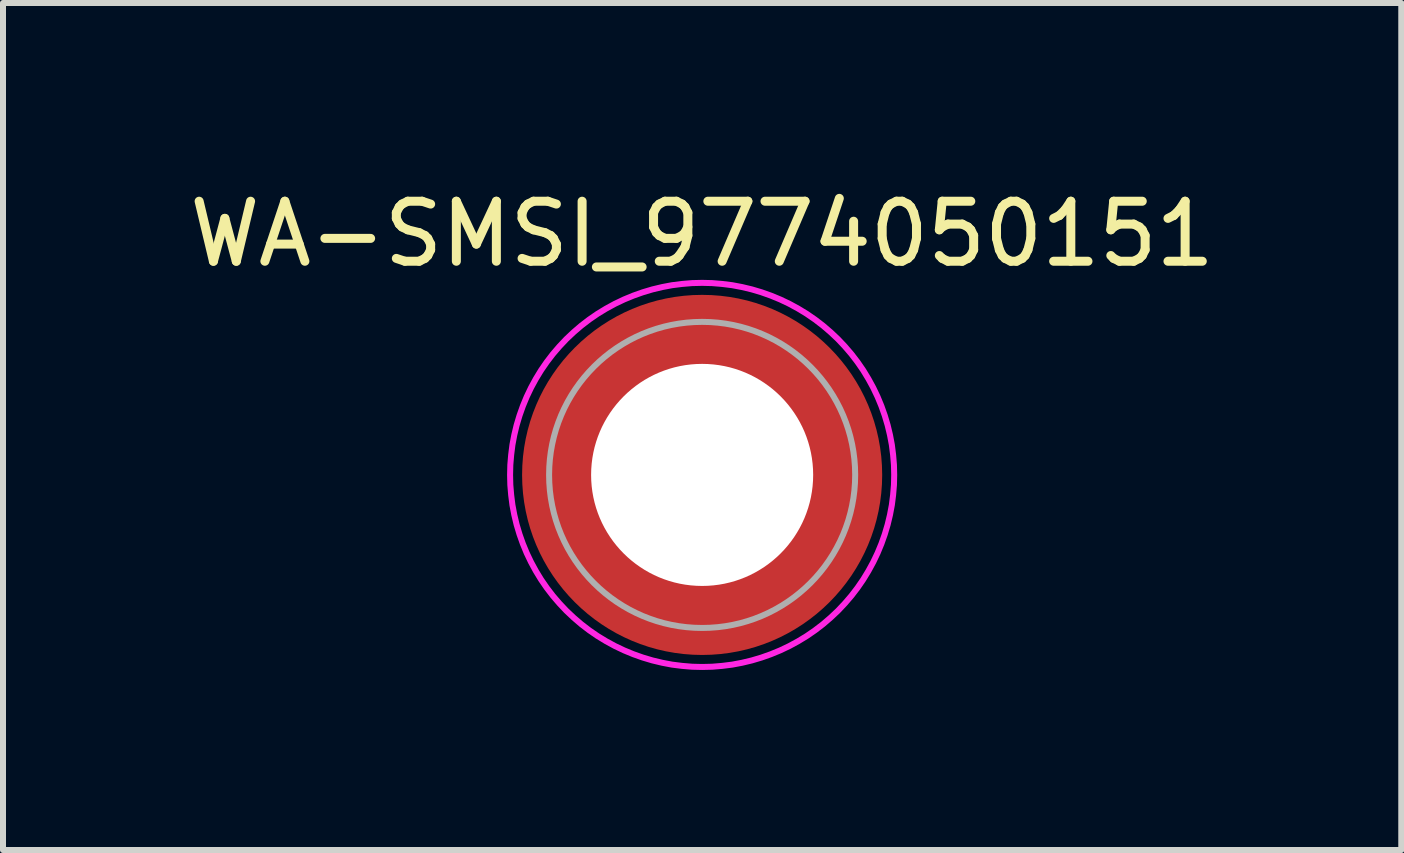
<source format=kicad_pcb>
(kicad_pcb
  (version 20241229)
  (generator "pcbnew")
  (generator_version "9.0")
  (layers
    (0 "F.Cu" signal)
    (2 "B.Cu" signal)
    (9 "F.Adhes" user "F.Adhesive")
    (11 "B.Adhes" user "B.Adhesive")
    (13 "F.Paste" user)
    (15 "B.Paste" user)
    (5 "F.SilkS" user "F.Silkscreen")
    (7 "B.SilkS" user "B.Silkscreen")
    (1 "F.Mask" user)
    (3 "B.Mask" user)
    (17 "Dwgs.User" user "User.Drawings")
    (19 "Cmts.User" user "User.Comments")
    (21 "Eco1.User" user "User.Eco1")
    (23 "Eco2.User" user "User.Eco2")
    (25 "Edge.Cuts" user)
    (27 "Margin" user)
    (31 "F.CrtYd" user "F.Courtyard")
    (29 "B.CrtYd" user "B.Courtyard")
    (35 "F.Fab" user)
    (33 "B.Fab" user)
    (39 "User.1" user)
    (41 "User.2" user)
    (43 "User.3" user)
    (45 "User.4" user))
  (footprint "WA-SMSI_9774050151"
    (layer "F.Cu")
    (at 8.649 4.863)
    (property "Reference" "WA-SMSI_9774050151" (at 0 -4.015 0) (layer "F.SilkS") (effects (font (size 1 1) (thickness 0.15))))
    (attr smd)
    (fp_poly (pts (xy -2.9 0.325) (xy -1.87 0.325) (xy -1.87 0.335) (xy -1.865 0.37) (xy -1.85 0.435) (xy -1.82 0.55) (xy -1.795 0.625) (xy -1.76 0.715) (xy -1.74 0.765) (xy -1.695 0.86) (xy -1.655 0.935) (xy -1.585 1.05) (xy -1.54 1.115) (xy -1.505 1.16) (xy -1.445 1.235) (xy -1.395 1.29) (xy -1.355 1.335) (xy -1.315 1.37) (xy -1.235 1.445) (xy -1.18 1.49) (xy -1.135 1.525) (xy -1.08 1.565) (xy -1.025 1.6) (xy -0.96 1.64) (xy -0.89 1.68) (xy -0.81 1.72) (xy -0.73 1.755) (xy -0.645 1.79) (xy -0.57 1.815) (xy -0.495 1.835) (xy -0.415 1.855) (xy -0.365 1.865) (xy -0.34 1.87) (xy -0.325 1.87) (xy -0.325 2.9) (xy -0.325 2.905) (xy -0.35 2.9) (xy -0.42 2.89) (xy -0.51 2.875) (xy -0.59 2.86) (xy -0.665 2.845) (xy -0.765 2.82) (xy -0.85 2.795) (xy -0.94 2.765) (xy -1.01 2.74) (xy -1.09 2.71) (xy -1.175 2.675) (xy -1.25 2.64) (xy -1.32 2.605) (xy -1.37 2.58) (xy -1.44 2.54) (xy -1.51 2.5) (xy -1.58 2.455) (xy -1.62 2.43) (xy -1.685 2.385) (xy -1.735 2.35) (xy -1.78 2.315) (xy -1.845 2.265) (xy -1.91 2.21) (xy -1.95 2.175) (xy -2.015 2.115) (xy -2.075 2.055) (xy -2.125 2.005) (xy -2.165 1.96) (xy -2.205 1.915) (xy -2.26 1.85) (xy -2.3 1.8) (xy -2.345 1.74) (xy -2.395 1.67) (xy -2.44 1.605) (xy -2.49 1.525) (xy -2.525 1.47) (xy -2.57 1.385) (xy -2.61 1.315) (xy -2.65 1.23) (xy -2.68 1.16) (xy -2.725 1.055) (xy -2.76 0.955) (xy -2.785 0.88) (xy -2.81 0.8) (xy -2.84 0.68) (xy -2.86 0.595) (xy -2.875 0.515) (xy -2.89 0.43) (xy -2.9 0.35)) (stroke (width 0.01) (type solid)) (fill yes) (layer "F.Paste"))
    (fp_poly (pts (xy -0.325 -2.9) (xy -0.325 -1.87) (xy -0.335 -1.87) (xy -0.37 -1.865) (xy -0.435 -1.85) (xy -0.55 -1.82) (xy -0.625 -1.795) (xy -0.715 -1.76) (xy -0.765 -1.74) (xy -0.86 -1.695) (xy -0.935 -1.655) (xy -1.05 -1.585) (xy -1.115 -1.54) (xy -1.16 -1.505) (xy -1.235 -1.445) (xy -1.29 -1.395) (xy -1.335 -1.355) (xy -1.37 -1.315) (xy -1.445 -1.235) (xy -1.49 -1.18) (xy -1.525 -1.135) (xy -1.565 -1.08) (xy -1.6 -1.025) (xy -1.64 -0.96) (xy -1.68 -0.89) (xy -1.72 -0.81) (xy -1.755 -0.73) (xy -1.79 -0.645) (xy -1.815 -0.57) (xy -1.835 -0.495) (xy -1.855 -0.415) (xy -1.865 -0.365) (xy -1.87 -0.34) (xy -1.87 -0.325) (xy -2.9 -0.325) (xy -2.905 -0.325) (xy -2.9 -0.35) (xy -2.89 -0.42) (xy -2.875 -0.51) (xy -2.86 -0.59) (xy -2.845 -0.665) (xy -2.82 -0.765) (xy -2.795 -0.85) (xy -2.765 -0.94) (xy -2.74 -1.01) (xy -2.71 -1.09) (xy -2.675 -1.175) (xy -2.64 -1.25) (xy -2.605 -1.32) (xy -2.58 -1.37) (xy -2.54 -1.44) (xy -2.5 -1.51) (xy -2.455 -1.58) (xy -2.43 -1.62) (xy -2.385 -1.685) (xy -2.35 -1.735) (xy -2.315 -1.78) (xy -2.265 -1.845) (xy -2.21 -1.91) (xy -2.175 -1.95) (xy -2.115 -2.015) (xy -2.055 -2.075) (xy -2.005 -2.125) (xy -1.96 -2.165) (xy -1.915 -2.205) (xy -1.85 -2.26) (xy -1.8 -2.3) (xy -1.74 -2.345) (xy -1.67 -2.395) (xy -1.605 -2.44) (xy -1.525 -2.49) (xy -1.47 -2.525) (xy -1.385 -2.57) (xy -1.315 -2.61) (xy -1.23 -2.65) (xy -1.16 -2.68) (xy -1.055 -2.725) (xy -0.955 -2.76) (xy -0.88 -2.785) (xy -0.8 -2.81) (xy -0.68 -2.84) (xy -0.595 -2.86) (xy -0.515 -2.875) (xy -0.43 -2.89) (xy -0.35 -2.9)) (stroke (width 0.01) (type solid)) (fill yes) (layer "F.Paste"))
    (fp_poly (pts (xy 0.325 2.9) (xy 0.325 1.87) (xy 0.335 1.87) (xy 0.37 1.865) (xy 0.435 1.85) (xy 0.55 1.82) (xy 0.625 1.795) (xy 0.715 1.76) (xy 0.765 1.74) (xy 0.86 1.695) (xy 0.935 1.655) (xy 1.05 1.585) (xy 1.115 1.54) (xy 1.16 1.505) (xy 1.235 1.445) (xy 1.29 1.395) (xy 1.335 1.355) (xy 1.37 1.315) (xy 1.445 1.235) (xy 1.49 1.18) (xy 1.525 1.135) (xy 1.565 1.08) (xy 1.6 1.025) (xy 1.64 0.96) (xy 1.68 0.89) (xy 1.72 0.81) (xy 1.755 0.73) (xy 1.79 0.645) (xy 1.815 0.57) (xy 1.835 0.495) (xy 1.855 0.415) (xy 1.865 0.365) (xy 1.87 0.34) (xy 1.87 0.325) (xy 2.9 0.325) (xy 2.905 0.325) (xy 2.9 0.35) (xy 2.89 0.42) (xy 2.875 0.51) (xy 2.86 0.59) (xy 2.845 0.665) (xy 2.82 0.765) (xy 2.795 0.85) (xy 2.765 0.94) (xy 2.74 1.01) (xy 2.71 1.09) (xy 2.675 1.175) (xy 2.64 1.25) (xy 2.605 1.32) (xy 2.58 1.37) (xy 2.54 1.44) (xy 2.5 1.51) (xy 2.455 1.58) (xy 2.43 1.62) (xy 2.385 1.685) (xy 2.35 1.735) (xy 2.315 1.78) (xy 2.265 1.845) (xy 2.21 1.91) (xy 2.175 1.95) (xy 2.115 2.015) (xy 2.055 2.075) (xy 2.005 2.125) (xy 1.96 2.165) (xy 1.915 2.205) (xy 1.85 2.26) (xy 1.8 2.3) (xy 1.74 2.345) (xy 1.67 2.395) (xy 1.605 2.44) (xy 1.525 2.49) (xy 1.47 2.525) (xy 1.385 2.57) (xy 1.315 2.61) (xy 1.23 2.65) (xy 1.16 2.68) (xy 1.055 2.725) (xy 0.955 2.76) (xy 0.88 2.785) (xy 0.8 2.81) (xy 0.68 2.84) (xy 0.595 2.86) (xy 0.515 2.875) (xy 0.43 2.89) (xy 0.35 2.9)) (stroke (width 0.01) (type solid)) (fill yes) (layer "F.Paste"))
    (fp_poly (pts (xy 2.9 -0.325) (xy 1.87 -0.325) (xy 1.87 -0.335) (xy 1.865 -0.37) (xy 1.85 -0.435) (xy 1.82 -0.55) (xy 1.795 -0.625) (xy 1.76 -0.715) (xy 1.74 -0.765) (xy 1.695 -0.86) (xy 1.655 -0.935) (xy 1.585 -1.05) (xy 1.54 -1.115) (xy 1.505 -1.16) (xy 1.445 -1.235) (xy 1.395 -1.29) (xy 1.355 -1.335) (xy 1.315 -1.37) (xy 1.235 -1.445) (xy 1.18 -1.49) (xy 1.135 -1.525) (xy 1.08 -1.565) (xy 1.025 -1.6) (xy 0.96 -1.64) (xy 0.89 -1.68) (xy 0.81 -1.72) (xy 0.73 -1.755) (xy 0.645 -1.79) (xy 0.57 -1.815) (xy 0.495 -1.835) (xy 0.415 -1.855) (xy 0.365 -1.865) (xy 0.34 -1.87) (xy 0.325 -1.87) (xy 0.325 -2.9) (xy 0.325 -2.905) (xy 0.35 -2.9) (xy 0.42 -2.89) (xy 0.51 -2.875) (xy 0.59 -2.86) (xy 0.665 -2.845) (xy 0.765 -2.82) (xy 0.85 -2.795) (xy 0.94 -2.765) (xy 1.01 -2.74) (xy 1.09 -2.71) (xy 1.175 -2.675) (xy 1.25 -2.64) (xy 1.32 -2.605) (xy 1.37 -2.58) (xy 1.44 -2.54) (xy 1.51 -2.5) (xy 1.58 -2.455) (xy 1.62 -2.43) (xy 1.685 -2.385) (xy 1.735 -2.35) (xy 1.78 -2.315) (xy 1.845 -2.265) (xy 1.91 -2.21) (xy 1.95 -2.175) (xy 2.015 -2.115) (xy 2.075 -2.055) (xy 2.125 -2.005) (xy 2.165 -1.96) (xy 2.205 -1.915) (xy 2.26 -1.85) (xy 2.3 -1.8) (xy 2.345 -1.74) (xy 2.395 -1.67) (xy 2.44 -1.605) (xy 2.49 -1.525) (xy 2.525 -1.47) (xy 2.57 -1.385) (xy 2.61 -1.315) (xy 2.65 -1.23) (xy 2.68 -1.16) (xy 2.725 -1.055) (xy 2.76 -0.955) (xy 2.785 -0.88) (xy 2.81 -0.8) (xy 2.84 -0.68) (xy 2.86 -0.595) (xy 2.875 -0.515) (xy 2.89 -0.43) (xy 2.9 -0.35)) (stroke (width 0.01) (type solid)) (fill yes) (layer "F.Paste"))
    (fp_poly (pts (xy 0 -3.2) (xy 0.167 -3.196) (xy 0.334 -3.182) (xy 0.501 -3.161) (xy 0.665 -3.13) (xy 0.828 -3.091) (xy 0.989 -3.043) (xy 1.147 -2.987) (xy 1.302 -2.923) (xy 1.453 -2.851) (xy 1.6 -2.771) (xy 1.743 -2.684) (xy 1.881 -2.589) (xy 2.014 -2.487) (xy 2.141 -2.378) (xy 2.263 -2.263) (xy 2.378 -2.141) (xy 2.487 -2.014) (xy 2.589 -1.881) (xy 2.684 -1.743) (xy 2.771 -1.6) (xy 2.851 -1.453) (xy 2.923 -1.302) (xy 2.987 -1.147) (xy 3.043 -0.989) (xy 3.091 -0.828) (xy 3.13 -0.665) (xy 3.161 -0.501) (xy 3.182 -0.334) (xy 3.196 -0.167) (xy 3.2 0) (xy 3.196 0.167) (xy 3.182 0.334) (xy 3.161 0.501) (xy 3.13 0.665) (xy 3.091 0.828) (xy 3.043 0.989) (xy 2.987 1.147) (xy 2.923 1.302) (xy 2.851 1.453) (xy 2.771 1.6) (xy 2.684 1.743) (xy 2.589 1.881) (xy 2.487 2.014) (xy 2.378 2.141) (xy 2.263 2.263) (xy 2.141 2.378) (xy 2.014 2.487) (xy 1.881 2.589) (xy 1.743 2.684) (xy 1.6 2.771) (xy 1.453 2.851) (xy 1.302 2.923) (xy 1.147 2.987) (xy 0.989 3.043) (xy 0.828 3.091) (xy 0.665 3.13) (xy 0.501 3.161) (xy 0.334 3.182) (xy 0.167 3.196) (xy 0 3.2) (xy -0.167 3.196) (xy -0.334 3.182) (xy -0.501 3.161) (xy -0.665 3.13) (xy -0.828 3.091) (xy -0.989 3.043) (xy -1.147 2.987) (xy -1.302 2.923) (xy -1.453 2.851) (xy -1.6 2.771) (xy -1.743 2.684) (xy -1.881 2.589) (xy -2.014 2.487) (xy -2.141 2.378) (xy -2.263 2.263) (xy -2.378 2.141) (xy -2.487 2.014) (xy -2.589 1.881) (xy -2.684 1.743) (xy -2.771 1.6) (xy -2.851 1.453) (xy -2.923 1.302) (xy -2.987 1.147) (xy -3.043 0.989) (xy -3.091 0.828) (xy -3.13 0.665) (xy -3.161 0.501) (xy -3.182 0.334) (xy -3.196 0.167) (xy -3.2 0) (xy -3.196 -0.167) (xy -3.182 -0.334) (xy -3.161 -0.501) (xy -3.13 -0.665) (xy -3.091 -0.828) (xy -3.043 -0.989) (xy -2.987 -1.147) (xy -2.923 -1.302) (xy -2.851 -1.453) (xy -2.771 -1.6) (xy -2.684 -1.743) (xy -2.589 -1.881) (xy -2.487 -2.014) (xy -2.378 -2.141) (xy -2.263 -2.263) (xy -2.141 -2.378) (xy -2.014 -2.487) (xy -1.881 -2.589) (xy -1.743 -2.684) (xy -1.6 -2.771) (xy -1.453 -2.851) (xy -1.302 -2.923) (xy -1.147 -2.987) (xy -0.989 -3.043) (xy -0.828 -3.091) (xy -0.665 -3.13) (xy -0.501 -3.161) (xy -0.334 -3.182) (xy -0.167 -3.196) (xy 0 -3.2)) (stroke (width 0.1) (type solid)) (fill no) (layer "F.CrtYd"))
    (fp_circle (center 0 0) (end 2.55 0) (stroke (width 0.1) (type solid)) (fill no) (layer "F.Fab"))
    (pad "" np_thru_hole circle (at 0 0) (size 3.7 3.7) (drill 3.7) (layers "*.Cu" "*.Mask"))
    (pad "1" smd circle (at 0 0) (size 6 6) (layers "F.Cu" "F.Mask")))
  (gr_rect
    (start -3 -3)
    (end 20.298 11.113)
    (stroke (width 0.1) (type default))
    (fill no)
    (layer "Edge.Cuts")))
</source>
